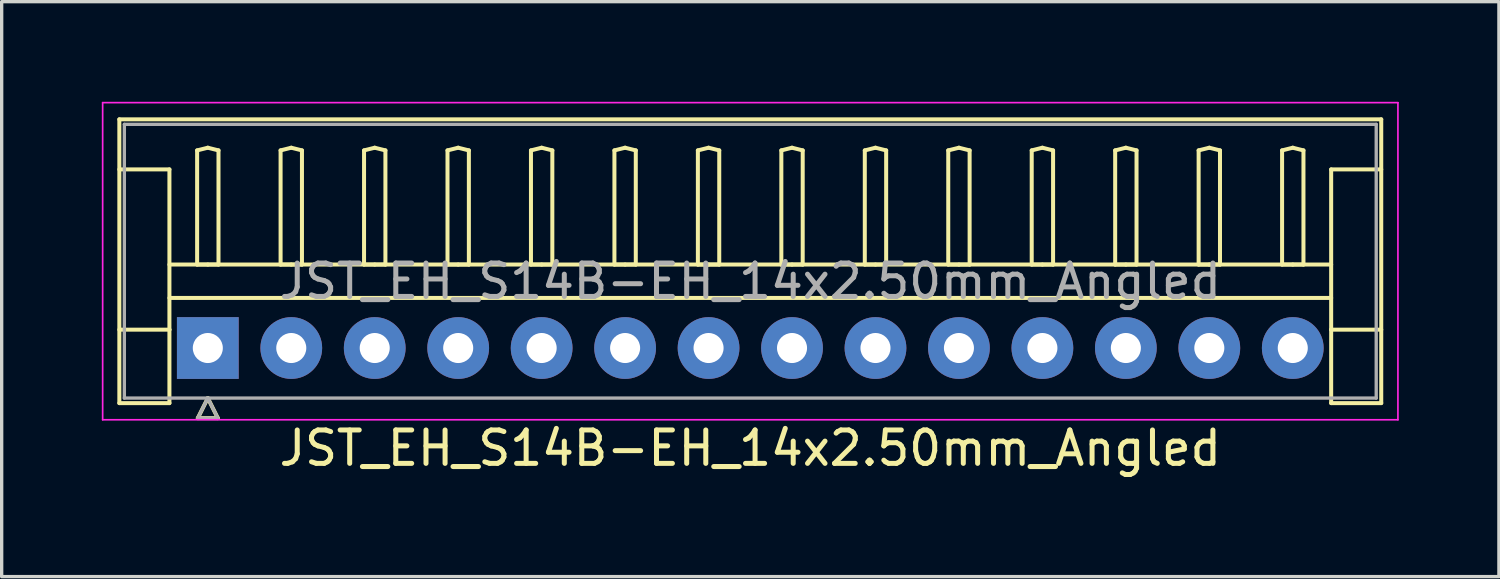
<source format=kicad_pcb>
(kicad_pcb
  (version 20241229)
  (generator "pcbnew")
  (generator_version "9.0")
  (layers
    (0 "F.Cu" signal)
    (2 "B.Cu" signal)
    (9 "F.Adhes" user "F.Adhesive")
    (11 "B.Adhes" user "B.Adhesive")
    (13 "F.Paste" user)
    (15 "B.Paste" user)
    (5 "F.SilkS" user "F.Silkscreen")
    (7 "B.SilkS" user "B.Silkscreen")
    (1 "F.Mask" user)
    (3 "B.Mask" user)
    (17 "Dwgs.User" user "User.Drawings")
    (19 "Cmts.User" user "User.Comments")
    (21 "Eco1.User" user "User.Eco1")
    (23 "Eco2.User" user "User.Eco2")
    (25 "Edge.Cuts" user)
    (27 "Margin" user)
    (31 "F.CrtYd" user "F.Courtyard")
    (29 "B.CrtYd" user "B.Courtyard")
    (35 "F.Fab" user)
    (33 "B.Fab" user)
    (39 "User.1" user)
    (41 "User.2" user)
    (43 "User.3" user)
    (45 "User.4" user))
  (footprint "JST_EH_S14B-EH_14x2.50mm_Angled"
    (layer "F.Cu")
    (at 3.175 7.375)
    (property "Reference" "JST_EH_S14B-EH_14x2.50mm_Angled" (at 16.25 3 0) (layer "F.SilkS") (effects (font (size 1 1) (thickness 0.15))))
    (attr through_hole)
    (fp_line (start -2.65 -6.85) (end 35.15 -6.85) (stroke (width 0.12) (type solid)) (layer "F.SilkS"))
    (fp_line (start -2.65 -5.35) (end -1.15 -5.35) (stroke (width 0.12) (type solid)) (layer "F.SilkS"))
    (fp_line (start -2.65 1.65) (end -2.65 -6.85) (stroke (width 0.12) (type solid)) (layer "F.SilkS"))
    (fp_line (start -1.15 -5.35) (end -1.15 -0.55) (stroke (width 0.12) (type solid)) (layer "F.SilkS"))
    (fp_line (start -1.15 -2.5) (end 33.65 -2.5) (stroke (width 0.12) (type solid)) (layer "F.SilkS"))
    (fp_line (start -1.15 -1.5) (end 33.65 -1.5) (stroke (width 0.12) (type solid)) (layer "F.SilkS"))
    (fp_line (start -1.15 -0.55) (end -2.65 -0.55) (stroke (width 0.12) (type solid)) (layer "F.SilkS"))
    (fp_line (start -1.15 -0.55) (end -1.15 1.65) (stroke (width 0.12) (type solid)) (layer "F.SilkS"))
    (fp_line (start -1.15 1.65) (end -2.65 1.65) (stroke (width 0.12) (type solid)) (layer "F.SilkS"))
    (fp_line (start -0.32 -5.92) (end 0 -6) (stroke (width 0.12) (type solid)) (layer "F.SilkS"))
    (fp_line (start -0.32 -2.5) (end -0.32 -5.92) (stroke (width 0.12) (type solid)) (layer "F.SilkS"))
    (fp_line (start -0.3 2.1) (end 0.3 2.1) (stroke (width 0.12) (type solid)) (layer "F.SilkS"))
    (fp_line (start 0 -6) (end 0.32 -5.92) (stroke (width 0.12) (type solid)) (layer "F.SilkS"))
    (fp_line (start 0 -2.5) (end -0.32 -2.5) (stroke (width 0.12) (type solid)) (layer "F.SilkS"))
    (fp_line (start 0 1.5) (end -0.3 2.1) (stroke (width 0.12) (type solid)) (layer "F.SilkS"))
    (fp_line (start 0.3 2.1) (end 0 1.5) (stroke (width 0.12) (type solid)) (layer "F.SilkS"))
    (fp_line (start 0.32 -5.92) (end 0.32 -2.5) (stroke (width 0.12) (type solid)) (layer "F.SilkS"))
    (fp_line (start 0.32 -2.5) (end 0 -2.5) (stroke (width 0.12) (type solid)) (layer "F.SilkS"))
    (fp_line (start 2.18 -5.92) (end 2.5 -6) (stroke (width 0.12) (type solid)) (layer "F.SilkS"))
    (fp_line (start 2.18 -2.5) (end 2.18 -5.92) (stroke (width 0.12) (type solid)) (layer "F.SilkS"))
    (fp_line (start 2.5 -6) (end 2.82 -5.92) (stroke (width 0.12) (type solid)) (layer "F.SilkS"))
    (fp_line (start 2.5 -2.5) (end 2.18 -2.5) (stroke (width 0.12) (type solid)) (layer "F.SilkS"))
    (fp_line (start 2.82 -5.92) (end 2.82 -2.5) (stroke (width 0.12) (type solid)) (layer "F.SilkS"))
    (fp_line (start 2.82 -2.5) (end 2.5 -2.5) (stroke (width 0.12) (type solid)) (layer "F.SilkS"))
    (fp_line (start 4.68 -5.92) (end 5 -6) (stroke (width 0.12) (type solid)) (layer "F.SilkS"))
    (fp_line (start 4.68 -2.5) (end 4.68 -5.92) (stroke (width 0.12) (type solid)) (layer "F.SilkS"))
    (fp_line (start 5 -6) (end 5.32 -5.92) (stroke (width 0.12) (type solid)) (layer "F.SilkS"))
    (fp_line (start 5 -2.5) (end 4.68 -2.5) (stroke (width 0.12) (type solid)) (layer "F.SilkS"))
    (fp_line (start 5.32 -5.92) (end 5.32 -2.5) (stroke (width 0.12) (type solid)) (layer "F.SilkS"))
    (fp_line (start 5.32 -2.5) (end 5 -2.5) (stroke (width 0.12) (type solid)) (layer "F.SilkS"))
    (fp_line (start 7.18 -5.92) (end 7.5 -6) (stroke (width 0.12) (type solid)) (layer "F.SilkS"))
    (fp_line (start 7.18 -2.5) (end 7.18 -5.92) (stroke (width 0.12) (type solid)) (layer "F.SilkS"))
    (fp_line (start 7.5 -6) (end 7.82 -5.92) (stroke (width 0.12) (type solid)) (layer "F.SilkS"))
    (fp_line (start 7.5 -2.5) (end 7.18 -2.5) (stroke (width 0.12) (type solid)) (layer "F.SilkS"))
    (fp_line (start 7.82 -5.92) (end 7.82 -2.5) (stroke (width 0.12) (type solid)) (layer "F.SilkS"))
    (fp_line (start 7.82 -2.5) (end 7.5 -2.5) (stroke (width 0.12) (type solid)) (layer "F.SilkS"))
    (fp_line (start 9.68 -5.92) (end 10 -6) (stroke (width 0.12) (type solid)) (layer "F.SilkS"))
    (fp_line (start 9.68 -2.5) (end 9.68 -5.92) (stroke (width 0.12) (type solid)) (layer "F.SilkS"))
    (fp_line (start 10 -6) (end 10.32 -5.92) (stroke (width 0.12) (type solid)) (layer "F.SilkS"))
    (fp_line (start 10 -2.5) (end 9.68 -2.5) (stroke (width 0.12) (type solid)) (layer "F.SilkS"))
    (fp_line (start 10.32 -5.92) (end 10.32 -2.5) (stroke (width 0.12) (type solid)) (layer "F.SilkS"))
    (fp_line (start 10.32 -2.5) (end 10 -2.5) (stroke (width 0.12) (type solid)) (layer "F.SilkS"))
    (fp_line (start 12.18 -5.92) (end 12.5 -6) (stroke (width 0.12) (type solid)) (layer "F.SilkS"))
    (fp_line (start 12.18 -2.5) (end 12.18 -5.92) (stroke (width 0.12) (type solid)) (layer "F.SilkS"))
    (fp_line (start 12.5 -6) (end 12.82 -5.92) (stroke (width 0.12) (type solid)) (layer "F.SilkS"))
    (fp_line (start 12.5 -2.5) (end 12.18 -2.5) (stroke (width 0.12) (type solid)) (layer "F.SilkS"))
    (fp_line (start 12.82 -5.92) (end 12.82 -2.5) (stroke (width 0.12) (type solid)) (layer "F.SilkS"))
    (fp_line (start 12.82 -2.5) (end 12.5 -2.5) (stroke (width 0.12) (type solid)) (layer "F.SilkS"))
    (fp_line (start 14.68 -5.92) (end 15 -6) (stroke (width 0.12) (type solid)) (layer "F.SilkS"))
    (fp_line (start 14.68 -2.5) (end 14.68 -5.92) (stroke (width 0.12) (type solid)) (layer "F.SilkS"))
    (fp_line (start 15 -6) (end 15.32 -5.92) (stroke (width 0.12) (type solid)) (layer "F.SilkS"))
    (fp_line (start 15 -2.5) (end 14.68 -2.5) (stroke (width 0.12) (type solid)) (layer "F.SilkS"))
    (fp_line (start 15.32 -5.92) (end 15.32 -2.5) (stroke (width 0.12) (type solid)) (layer "F.SilkS"))
    (fp_line (start 15.32 -2.5) (end 15 -2.5) (stroke (width 0.12) (type solid)) (layer "F.SilkS"))
    (fp_line (start 17.18 -5.92) (end 17.5 -6) (stroke (width 0.12) (type solid)) (layer "F.SilkS"))
    (fp_line (start 17.18 -2.5) (end 17.18 -5.92) (stroke (width 0.12) (type solid)) (layer "F.SilkS"))
    (fp_line (start 17.5 -6) (end 17.82 -5.92) (stroke (width 0.12) (type solid)) (layer "F.SilkS"))
    (fp_line (start 17.5 -2.5) (end 17.18 -2.5) (stroke (width 0.12) (type solid)) (layer "F.SilkS"))
    (fp_line (start 17.82 -5.92) (end 17.82 -2.5) (stroke (width 0.12) (type solid)) (layer "F.SilkS"))
    (fp_line (start 17.82 -2.5) (end 17.5 -2.5) (stroke (width 0.12) (type solid)) (layer "F.SilkS"))
    (fp_line (start 19.68 -5.92) (end 20 -6) (stroke (width 0.12) (type solid)) (layer "F.SilkS"))
    (fp_line (start 19.68 -2.5) (end 19.68 -5.92) (stroke (width 0.12) (type solid)) (layer "F.SilkS"))
    (fp_line (start 20 -6) (end 20.32 -5.92) (stroke (width 0.12) (type solid)) (layer "F.SilkS"))
    (fp_line (start 20 -2.5) (end 19.68 -2.5) (stroke (width 0.12) (type solid)) (layer "F.SilkS"))
    (fp_line (start 20.32 -5.92) (end 20.32 -2.5) (stroke (width 0.12) (type solid)) (layer "F.SilkS"))
    (fp_line (start 20.32 -2.5) (end 20 -2.5) (stroke (width 0.12) (type solid)) (layer "F.SilkS"))
    (fp_line (start 22.18 -5.92) (end 22.5 -6) (stroke (width 0.12) (type solid)) (layer "F.SilkS"))
    (fp_line (start 22.18 -2.5) (end 22.18 -5.92) (stroke (width 0.12) (type solid)) (layer "F.SilkS"))
    (fp_line (start 22.5 -6) (end 22.82 -5.92) (stroke (width 0.12) (type solid)) (layer "F.SilkS"))
    (fp_line (start 22.5 -2.5) (end 22.18 -2.5) (stroke (width 0.12) (type solid)) (layer "F.SilkS"))
    (fp_line (start 22.82 -5.92) (end 22.82 -2.5) (stroke (width 0.12) (type solid)) (layer "F.SilkS"))
    (fp_line (start 22.82 -2.5) (end 22.5 -2.5) (stroke (width 0.12) (type solid)) (layer "F.SilkS"))
    (fp_line (start 24.68 -5.92) (end 25 -6) (stroke (width 0.12) (type solid)) (layer "F.SilkS"))
    (fp_line (start 24.68 -2.5) (end 24.68 -5.92) (stroke (width 0.12) (type solid)) (layer "F.SilkS"))
    (fp_line (start 25 -6) (end 25.32 -5.92) (stroke (width 0.12) (type solid)) (layer "F.SilkS"))
    (fp_line (start 25 -2.5) (end 24.68 -2.5) (stroke (width 0.12) (type solid)) (layer "F.SilkS"))
    (fp_line (start 25.32 -5.92) (end 25.32 -2.5) (stroke (width 0.12) (type solid)) (layer "F.SilkS"))
    (fp_line (start 25.32 -2.5) (end 25 -2.5) (stroke (width 0.12) (type solid)) (layer "F.SilkS"))
    (fp_line (start 27.18 -5.92) (end 27.5 -6) (stroke (width 0.12) (type solid)) (layer "F.SilkS"))
    (fp_line (start 27.18 -2.5) (end 27.18 -5.92) (stroke (width 0.12) (type solid)) (layer "F.SilkS"))
    (fp_line (start 27.5 -6) (end 27.82 -5.92) (stroke (width 0.12) (type solid)) (layer "F.SilkS"))
    (fp_line (start 27.5 -2.5) (end 27.18 -2.5) (stroke (width 0.12) (type solid)) (layer "F.SilkS"))
    (fp_line (start 27.82 -5.92) (end 27.82 -2.5) (stroke (width 0.12) (type solid)) (layer "F.SilkS"))
    (fp_line (start 27.82 -2.5) (end 27.5 -2.5) (stroke (width 0.12) (type solid)) (layer "F.SilkS"))
    (fp_line (start 29.68 -5.92) (end 30 -6) (stroke (width 0.12) (type solid)) (layer "F.SilkS"))
    (fp_line (start 29.68 -2.5) (end 29.68 -5.92) (stroke (width 0.12) (type solid)) (layer "F.SilkS"))
    (fp_line (start 30 -6) (end 30.32 -5.92) (stroke (width 0.12) (type solid)) (layer "F.SilkS"))
    (fp_line (start 30 -2.5) (end 29.68 -2.5) (stroke (width 0.12) (type solid)) (layer "F.SilkS"))
    (fp_line (start 30.32 -5.92) (end 30.32 -2.5) (stroke (width 0.12) (type solid)) (layer "F.SilkS"))
    (fp_line (start 30.32 -2.5) (end 30 -2.5) (stroke (width 0.12) (type solid)) (layer "F.SilkS"))
    (fp_line (start 32.18 -5.92) (end 32.5 -6) (stroke (width 0.12) (type solid)) (layer "F.SilkS"))
    (fp_line (start 32.18 -2.5) (end 32.18 -5.92) (stroke (width 0.12) (type solid)) (layer "F.SilkS"))
    (fp_line (start 32.5 -6) (end 32.82 -5.92) (stroke (width 0.12) (type solid)) (layer "F.SilkS"))
    (fp_line (start 32.5 -2.5) (end 32.18 -2.5) (stroke (width 0.12) (type solid)) (layer "F.SilkS"))
    (fp_line (start 32.82 -5.92) (end 32.82 -2.5) (stroke (width 0.12) (type solid)) (layer "F.SilkS"))
    (fp_line (start 32.82 -2.5) (end 32.5 -2.5) (stroke (width 0.12) (type solid)) (layer "F.SilkS"))
    (fp_line (start 33.65 -5.35) (end 33.65 -0.55) (stroke (width 0.12) (type solid)) (layer "F.SilkS"))
    (fp_line (start 33.65 -0.55) (end 35.15 -0.55) (stroke (width 0.12) (type solid)) (layer "F.SilkS"))
    (fp_line (start 33.65 1.65) (end 33.65 -0.55) (stroke (width 0.12) (type solid)) (layer "F.SilkS"))
    (fp_line (start 35.15 -6.85) (end 35.15 1.65) (stroke (width 0.12) (type solid)) (layer "F.SilkS"))
    (fp_line (start 35.15 -5.35) (end 33.65 -5.35) (stroke (width 0.12) (type solid)) (layer "F.SilkS"))
    (fp_line (start 35.15 1.65) (end 33.65 1.65) (stroke (width 0.12) (type solid)) (layer "F.SilkS"))
    (fp_line (start -3.15 -7.35) (end -3.15 2.15) (stroke (width 0.05) (type solid)) (layer "F.CrtYd"))
    (fp_line (start -3.15 2.15) (end 35.65 2.15) (stroke (width 0.05) (type solid)) (layer "F.CrtYd"))
    (fp_line (start 35.65 -7.35) (end -3.15 -7.35) (stroke (width 0.05) (type solid)) (layer "F.CrtYd"))
    (fp_line (start 35.65 2.15) (end 35.65 -7.35) (stroke (width 0.05) (type solid)) (layer "F.CrtYd"))
    (fp_line (start -2.5 -6.7) (end -2.5 1.5) (stroke (width 0.1) (type solid)) (layer "F.Fab"))
    (fp_line (start -2.5 1.5) (end 35 1.5) (stroke (width 0.1) (type solid)) (layer "F.Fab"))
    (fp_line (start -0.3 2.1) (end 0.3 2.1) (stroke (width 0.1) (type solid)) (layer "F.Fab"))
    (fp_line (start 0 1.5) (end -0.3 2.1) (stroke (width 0.1) (type solid)) (layer "F.Fab"))
    (fp_line (start 0.3 2.1) (end 0 1.5) (stroke (width 0.1) (type solid)) (layer "F.Fab"))
    (fp_line (start 35 -6.7) (end -2.5 -6.7) (stroke (width 0.1) (type solid)) (layer "F.Fab"))
    (fp_line (start 35 1.5) (end 35 -6.7) (stroke (width 0.1) (type solid)) (layer "F.Fab"))
    (fp_text user "${REFERENCE}" (at 16.25 -2 0) (layer "F.Fab") (effects (font (size 1 1) (thickness 0.15))))
    (pad "1" thru_hole rect (at 0 0) (size 1.85 1.85) (drill 0.9) (layers "*.Cu" "*.Mask"))
    (pad "2" thru_hole circle (at 2.5 0) (size 1.85 1.85) (drill 0.9) (layers "*.Cu" "*.Mask"))
    (pad "3" thru_hole circle (at 5 0) (size 1.85 1.85) (drill 0.9) (layers "*.Cu" "*.Mask"))
    (pad "4" thru_hole circle (at 7.5 0) (size 1.85 1.85) (drill 0.9) (layers "*.Cu" "*.Mask"))
    (pad "5" thru_hole circle (at 10 0) (size 1.85 1.85) (drill 0.9) (layers "*.Cu" "*.Mask"))
    (pad "6" thru_hole circle (at 12.5 0) (size 1.85 1.85) (drill 0.9) (layers "*.Cu" "*.Mask"))
    (pad "7" thru_hole circle (at 15 0) (size 1.85 1.85) (drill 0.9) (layers "*.Cu" "*.Mask"))
    (pad "8" thru_hole circle (at 17.5 0) (size 1.85 1.85) (drill 0.9) (layers "*.Cu" "*.Mask"))
    (pad "9" thru_hole circle (at 20 0) (size 1.85 1.85) (drill 0.9) (layers "*.Cu" "*.Mask"))
    (pad "10" thru_hole circle (at 22.5 0) (size 1.85 1.85) (drill 0.9) (layers "*.Cu" "*.Mask"))
    (pad "11" thru_hole circle (at 25 0) (size 1.85 1.85) (drill 0.9) (layers "*.Cu" "*.Mask"))
    (pad "12" thru_hole circle (at 27.5 0) (size 1.85 1.85) (drill 0.9) (layers "*.Cu" "*.Mask"))
    (pad "13" thru_hole circle (at 30 0) (size 1.85 1.85) (drill 0.9) (layers "*.Cu" "*.Mask"))
    (pad "14" thru_hole circle (at 32.5 0) (size 1.85 1.85) (drill 0.9) (layers "*.Cu" "*.Mask")))
  (gr_rect
    (start -3 -3)
    (end 41.85 14.223)
    (stroke (width 0.1) (type default))
    (fill no)
    (layer "Edge.Cuts")))
</source>
